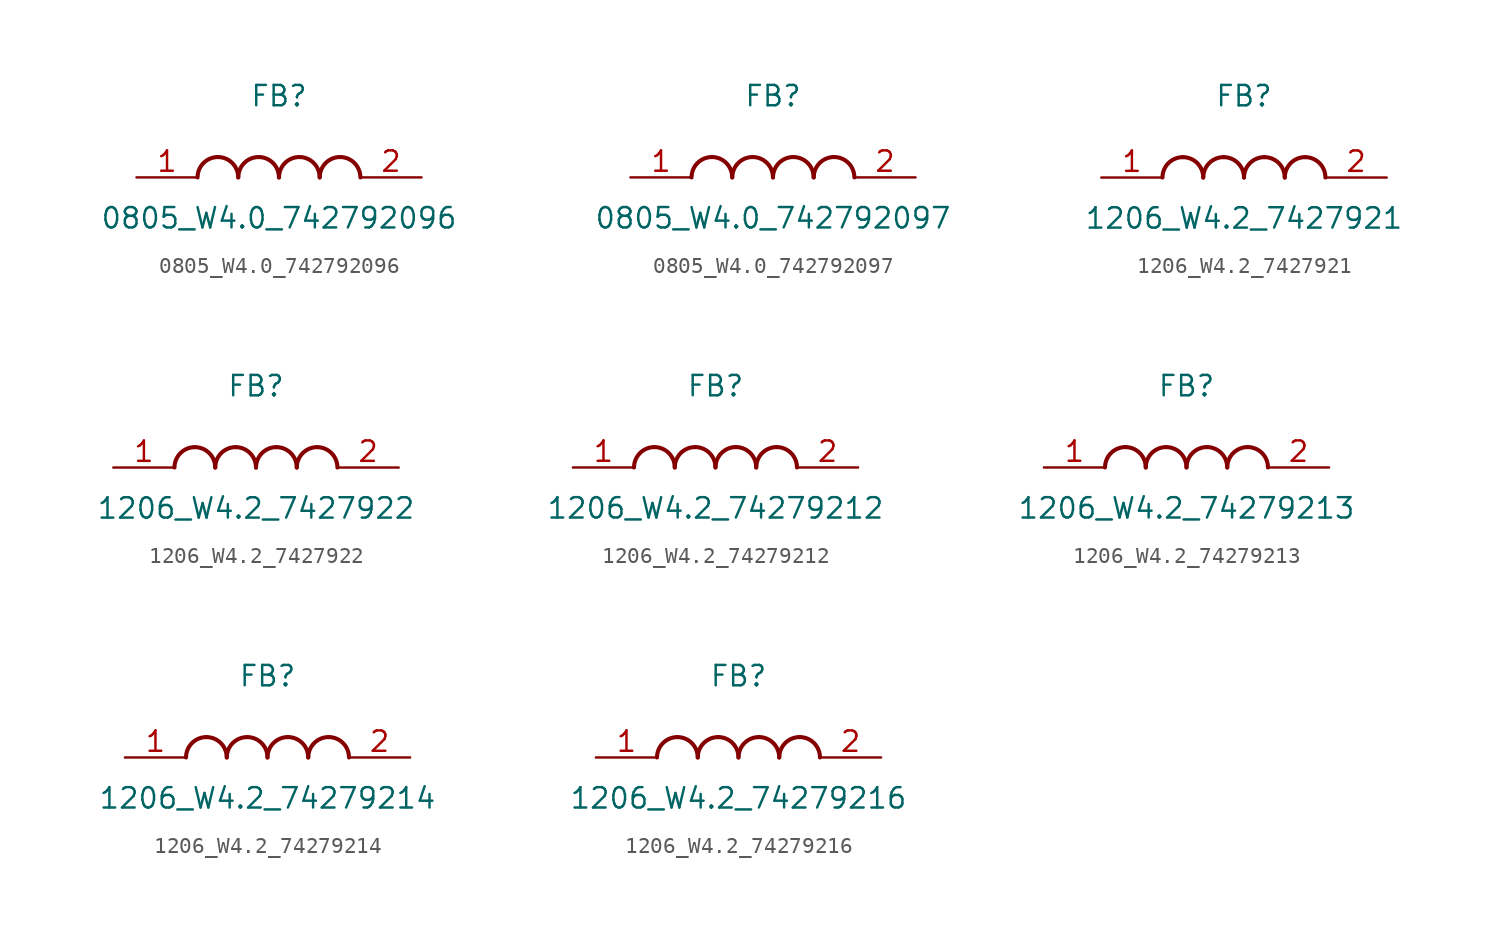
<source format=kicad_sym>
(kicad_symbol_lib
  (version 20211014)
  (generator kicad_symbol_editor)
  (symbol "Ferrite_Wurth_WE-CBF:0805_W4.0_742792096"
    (pin_names hide)
    (property "Reference" "FB"
      (at 0 5.08 0)
      (effects (font (size 1.27 1.27))))
    (property "Value" "0805_W4.0_742792096"
      (at 0 -2.54 0)
      (effects (font (size 1.27 1.27))))
    (symbol "0805_W4.0_742792096_0_1"
      (arc (start -3.81 1.27) (mid -4.708 0.898) (end -5.08 0) (stroke (width 0.254) (type default)) (fill (type none)))
      (arc (start -2.54 0) (mid -2.912 0.898) (end -3.81 1.27) (stroke (width 0.254) (type default)) (fill (type none)))
      (arc (start -1.2699 1.2701) (mid -2.1679 0.8981) (end -2.5399 0.0001) (stroke (width 0.254) (type default)) (fill (type none)))
      (arc (start 0.0001 0.0001) (mid -0.3719 0.8981) (end -1.2699 1.2701) (stroke (width 0.254) (type default)) (fill (type none)))
      (arc (start 1.2701 1.2701) (mid 0.3721 0.8981) (end 0.0001 0.0001) (stroke (width 0.254) (type default)) (fill (type none)))
      (arc (start 2.5401 0.0001) (mid 2.1681 0.8981) (end 1.2701 1.2701) (stroke (width 0.254) (type default)) (fill (type none)))
      (arc (start 3.8101 1.2701) (mid 2.9121 0.8981) (end 2.5401 0.0001) (stroke (width 0.254) (type default)) (fill (type none)))
      (arc (start 5.0801 0.0001) (mid 4.7081 0.8981) (end 3.8101 1.2701) (stroke (width 0.254) (type default)) (fill (type none))))
    (symbol "0805_W4.0_742792096_1_1"
      (pin passive line (at -8.89 0 0) (length 3.81) (name "1" (effects (font (size 1.27 1.27)))) (number "1" (effects (font (size 1.27 1.27)))))
      (pin passive line (at 8.89 0 180) (length 3.81) (name "2" (effects (font (size 1.27 1.27)))) (number "2" (effects (font (size 1.27 1.27)))))))
  (symbol "Ferrite_Wurth_WE-CBF:0805_W4.0_742792097"
    (pin_names hide)
    (property "Reference" "FB"
      (at 0 5.08 0)
      (effects (font (size 1.27 1.27))))
    (property "Value" "0805_W4.0_742792097"
      (at 0 -2.54 0)
      (effects (font (size 1.27 1.27))))
    (symbol "0805_W4.0_742792097_0_1"
      (arc (start -3.81 1.27) (mid -4.708 0.898) (end -5.08 0) (stroke (width 0.254) (type default)) (fill (type none)))
      (arc (start -2.54 0) (mid -2.912 0.898) (end -3.81 1.27) (stroke (width 0.254) (type default)) (fill (type none)))
      (arc (start -1.2699 1.2701) (mid -2.1679 0.8981) (end -2.5399 0.0001) (stroke (width 0.254) (type default)) (fill (type none)))
      (arc (start 0.0001 0.0001) (mid -0.3719 0.8981) (end -1.2699 1.2701) (stroke (width 0.254) (type default)) (fill (type none)))
      (arc (start 1.2701 1.2701) (mid 0.3721 0.8981) (end 0.0001 0.0001) (stroke (width 0.254) (type default)) (fill (type none)))
      (arc (start 2.5401 0.0001) (mid 2.1681 0.8981) (end 1.2701 1.2701) (stroke (width 0.254) (type default)) (fill (type none)))
      (arc (start 3.8101 1.2701) (mid 2.9121 0.8981) (end 2.5401 0.0001) (stroke (width 0.254) (type default)) (fill (type none)))
      (arc (start 5.0801 0.0001) (mid 4.7081 0.8981) (end 3.8101 1.2701) (stroke (width 0.254) (type default)) (fill (type none))))
    (symbol "0805_W4.0_742792097_1_1"
      (pin passive line (at -8.89 0 0) (length 3.81) (name "1" (effects (font (size 1.27 1.27)))) (number "1" (effects (font (size 1.27 1.27)))))
      (pin passive line (at 8.89 0 180) (length 3.81) (name "2" (effects (font (size 1.27 1.27)))) (number "2" (effects (font (size 1.27 1.27)))))))
  (symbol "Ferrite_Wurth_WE-CBF:1206_W4.2_7427921"
    (pin_names hide)
    (property "Reference" "FB"
      (at 0 5.08 0)
      (effects (font (size 1.27 1.27))))
    (property "Value" "1206_W4.2_7427921"
      (at 0 -2.54 0)
      (effects (font (size 1.27 1.27))))
    (symbol "1206_W4.2_7427921_0_1"
      (arc (start -3.81 1.27) (mid -4.708 0.898) (end -5.08 0) (stroke (width 0.254) (type default)) (fill (type none)))
      (arc (start -2.54 0) (mid -2.912 0.898) (end -3.81 1.27) (stroke (width 0.254) (type default)) (fill (type none)))
      (arc (start -1.2699 1.2701) (mid -2.1679 0.8981) (end -2.5399 0.0001) (stroke (width 0.254) (type default)) (fill (type none)))
      (arc (start 0.0001 0.0001) (mid -0.3719 0.8981) (end -1.2699 1.2701) (stroke (width 0.254) (type default)) (fill (type none)))
      (arc (start 1.2701 1.2701) (mid 0.3721 0.8981) (end 0.0001 0.0001) (stroke (width 0.254) (type default)) (fill (type none)))
      (arc (start 2.5401 0.0001) (mid 2.1681 0.8981) (end 1.2701 1.2701) (stroke (width 0.254) (type default)) (fill (type none)))
      (arc (start 3.8101 1.2701) (mid 2.9121 0.8981) (end 2.5401 0.0001) (stroke (width 0.254) (type default)) (fill (type none)))
      (arc (start 5.0801 0.0001) (mid 4.7081 0.8981) (end 3.8101 1.2701) (stroke (width 0.254) (type default)) (fill (type none))))
    (symbol "1206_W4.2_7427921_1_1"
      (pin passive line (at -8.89 0 0) (length 3.81) (name "1" (effects (font (size 1.27 1.27)))) (number "1" (effects (font (size 1.27 1.27)))))
      (pin passive line (at 8.89 0 180) (length 3.81) (name "2" (effects (font (size 1.27 1.27)))) (number "2" (effects (font (size 1.27 1.27)))))))
  (symbol "Ferrite_Wurth_WE-CBF:1206_W4.2_7427922"
    (pin_names hide)
    (property "Reference" "FB"
      (at 0 5.08 0)
      (effects (font (size 1.27 1.27))))
    (property "Value" "1206_W4.2_7427922"
      (at 0 -2.54 0)
      (effects (font (size 1.27 1.27))))
    (symbol "1206_W4.2_7427922_0_1"
      (arc (start -3.81 1.27) (mid -4.708 0.898) (end -5.08 0) (stroke (width 0.254) (type default)) (fill (type none)))
      (arc (start -2.54 0) (mid -2.912 0.898) (end -3.81 1.27) (stroke (width 0.254) (type default)) (fill (type none)))
      (arc (start -1.2699 1.2701) (mid -2.1679 0.8981) (end -2.5399 0.0001) (stroke (width 0.254) (type default)) (fill (type none)))
      (arc (start 0.0001 0.0001) (mid -0.3719 0.8981) (end -1.2699 1.2701) (stroke (width 0.254) (type default)) (fill (type none)))
      (arc (start 1.2701 1.2701) (mid 0.3721 0.8981) (end 0.0001 0.0001) (stroke (width 0.254) (type default)) (fill (type none)))
      (arc (start 2.5401 0.0001) (mid 2.1681 0.8981) (end 1.2701 1.2701) (stroke (width 0.254) (type default)) (fill (type none)))
      (arc (start 3.8101 1.2701) (mid 2.9121 0.8981) (end 2.5401 0.0001) (stroke (width 0.254) (type default)) (fill (type none)))
      (arc (start 5.0801 0.0001) (mid 4.7081 0.8981) (end 3.8101 1.2701) (stroke (width 0.254) (type default)) (fill (type none))))
    (symbol "1206_W4.2_7427922_1_1"
      (pin passive line (at -8.89 0 0) (length 3.81) (name "1" (effects (font (size 1.27 1.27)))) (number "1" (effects (font (size 1.27 1.27)))))
      (pin passive line (at 8.89 0 180) (length 3.81) (name "2" (effects (font (size 1.27 1.27)))) (number "2" (effects (font (size 1.27 1.27)))))))
  (symbol "Ferrite_Wurth_WE-CBF:1206_W4.2_74279212"
    (pin_names hide)
    (property "Reference" "FB"
      (at 0 5.08 0)
      (effects (font (size 1.27 1.27))))
    (property "Value" "1206_W4.2_74279212"
      (at 0 -2.54 0)
      (effects (font (size 1.27 1.27))))
    (symbol "1206_W4.2_74279212_0_1"
      (arc (start -3.81 1.27) (mid -4.708 0.898) (end -5.08 0) (stroke (width 0.254) (type default)) (fill (type none)))
      (arc (start -2.54 0) (mid -2.912 0.898) (end -3.81 1.27) (stroke (width 0.254) (type default)) (fill (type none)))
      (arc (start -1.2699 1.2701) (mid -2.1679 0.8981) (end -2.5399 0.0001) (stroke (width 0.254) (type default)) (fill (type none)))
      (arc (start 0.0001 0.0001) (mid -0.3719 0.8981) (end -1.2699 1.2701) (stroke (width 0.254) (type default)) (fill (type none)))
      (arc (start 1.2701 1.2701) (mid 0.3721 0.8981) (end 0.0001 0.0001) (stroke (width 0.254) (type default)) (fill (type none)))
      (arc (start 2.5401 0.0001) (mid 2.1681 0.8981) (end 1.2701 1.2701) (stroke (width 0.254) (type default)) (fill (type none)))
      (arc (start 3.8101 1.2701) (mid 2.9121 0.8981) (end 2.5401 0.0001) (stroke (width 0.254) (type default)) (fill (type none)))
      (arc (start 5.0801 0.0001) (mid 4.7081 0.8981) (end 3.8101 1.2701) (stroke (width 0.254) (type default)) (fill (type none))))
    (symbol "1206_W4.2_74279212_1_1"
      (pin passive line (at -8.89 0 0) (length 3.81) (name "1" (effects (font (size 1.27 1.27)))) (number "1" (effects (font (size 1.27 1.27)))))
      (pin passive line (at 8.89 0 180) (length 3.81) (name "2" (effects (font (size 1.27 1.27)))) (number "2" (effects (font (size 1.27 1.27)))))))
  (symbol "Ferrite_Wurth_WE-CBF:1206_W4.2_74279213"
    (pin_names hide)
    (property "Reference" "FB"
      (at 0 5.08 0)
      (effects (font (size 1.27 1.27))))
    (property "Value" "1206_W4.2_74279213"
      (at 0 -2.54 0)
      (effects (font (size 1.27 1.27))))
    (symbol "1206_W4.2_74279213_0_1"
      (arc (start -3.81 1.27) (mid -4.708 0.898) (end -5.08 0) (stroke (width 0.254) (type default)) (fill (type none)))
      (arc (start -2.54 0) (mid -2.912 0.898) (end -3.81 1.27) (stroke (width 0.254) (type default)) (fill (type none)))
      (arc (start -1.2699 1.2701) (mid -2.1679 0.8981) (end -2.5399 0.0001) (stroke (width 0.254) (type default)) (fill (type none)))
      (arc (start 0.0001 0.0001) (mid -0.3719 0.8981) (end -1.2699 1.2701) (stroke (width 0.254) (type default)) (fill (type none)))
      (arc (start 1.2701 1.2701) (mid 0.3721 0.8981) (end 0.0001 0.0001) (stroke (width 0.254) (type default)) (fill (type none)))
      (arc (start 2.5401 0.0001) (mid 2.1681 0.8981) (end 1.2701 1.2701) (stroke (width 0.254) (type default)) (fill (type none)))
      (arc (start 3.8101 1.2701) (mid 2.9121 0.8981) (end 2.5401 0.0001) (stroke (width 0.254) (type default)) (fill (type none)))
      (arc (start 5.0801 0.0001) (mid 4.7081 0.8981) (end 3.8101 1.2701) (stroke (width 0.254) (type default)) (fill (type none))))
    (symbol "1206_W4.2_74279213_1_1"
      (pin passive line (at -8.89 0 0) (length 3.81) (name "1" (effects (font (size 1.27 1.27)))) (number "1" (effects (font (size 1.27 1.27)))))
      (pin passive line (at 8.89 0 180) (length 3.81) (name "2" (effects (font (size 1.27 1.27)))) (number "2" (effects (font (size 1.27 1.27)))))))
  (symbol "Ferrite_Wurth_WE-CBF:1206_W4.2_74279214"
    (pin_names hide)
    (property "Reference" "FB"
      (at 0 5.08 0)
      (effects (font (size 1.27 1.27))))
    (property "Value" "1206_W4.2_74279214"
      (at 0 -2.54 0)
      (effects (font (size 1.27 1.27))))
    (symbol "1206_W4.2_74279214_0_1"
      (arc (start -3.81 1.27) (mid -4.708 0.898) (end -5.08 0) (stroke (width 0.254) (type default)) (fill (type none)))
      (arc (start -2.54 0) (mid -2.912 0.898) (end -3.81 1.27) (stroke (width 0.254) (type default)) (fill (type none)))
      (arc (start -1.2699 1.2701) (mid -2.1679 0.8981) (end -2.5399 0.0001) (stroke (width 0.254) (type default)) (fill (type none)))
      (arc (start 0.0001 0.0001) (mid -0.3719 0.8981) (end -1.2699 1.2701) (stroke (width 0.254) (type default)) (fill (type none)))
      (arc (start 1.2701 1.2701) (mid 0.3721 0.8981) (end 0.0001 0.0001) (stroke (width 0.254) (type default)) (fill (type none)))
      (arc (start 2.5401 0.0001) (mid 2.1681 0.8981) (end 1.2701 1.2701) (stroke (width 0.254) (type default)) (fill (type none)))
      (arc (start 3.8101 1.2701) (mid 2.9121 0.8981) (end 2.5401 0.0001) (stroke (width 0.254) (type default)) (fill (type none)))
      (arc (start 5.0801 0.0001) (mid 4.7081 0.8981) (end 3.8101 1.2701) (stroke (width 0.254) (type default)) (fill (type none))))
    (symbol "1206_W4.2_74279214_1_1"
      (pin passive line (at -8.89 0 0) (length 3.81) (name "1" (effects (font (size 1.27 1.27)))) (number "1" (effects (font (size 1.27 1.27)))))
      (pin passive line (at 8.89 0 180) (length 3.81) (name "2" (effects (font (size 1.27 1.27)))) (number "2" (effects (font (size 1.27 1.27)))))))
  (symbol "Ferrite_Wurth_WE-CBF:1206_W4.2_74279216"
    (pin_names hide)
    (property "Reference" "FB"
      (at 0 5.08 0)
      (effects (font (size 1.27 1.27))))
    (property "Value" "1206_W4.2_74279216"
      (at 0 -2.54 0)
      (effects (font (size 1.27 1.27))))
    (symbol "1206_W4.2_74279216_0_1"
      (arc (start -3.81 1.27) (mid -4.708 0.898) (end -5.08 0) (stroke (width 0.254) (type default)) (fill (type none)))
      (arc (start -2.54 0) (mid -2.912 0.898) (end -3.81 1.27) (stroke (width 0.254) (type default)) (fill (type none)))
      (arc (start -1.2699 1.2701) (mid -2.1679 0.8981) (end -2.5399 0.0001) (stroke (width 0.254) (type default)) (fill (type none)))
      (arc (start 0.0001 0.0001) (mid -0.3719 0.8981) (end -1.2699 1.2701) (stroke (width 0.254) (type default)) (fill (type none)))
      (arc (start 1.2701 1.2701) (mid 0.3721 0.8981) (end 0.0001 0.0001) (stroke (width 0.254) (type default)) (fill (type none)))
      (arc (start 2.5401 0.0001) (mid 2.1681 0.8981) (end 1.2701 1.2701) (stroke (width 0.254) (type default)) (fill (type none)))
      (arc (start 3.8101 1.2701) (mid 2.9121 0.8981) (end 2.5401 0.0001) (stroke (width 0.254) (type default)) (fill (type none)))
      (arc (start 5.0801 0.0001) (mid 4.7081 0.8981) (end 3.8101 1.2701) (stroke (width 0.254) (type default)) (fill (type none))))
    (symbol "1206_W4.2_74279216_1_1"
      (pin passive line (at -8.89 0 0) (length 3.81) (name "1" (effects (font (size 1.27 1.27)))) (number "1" (effects (font (size 1.27 1.27)))))
      (pin passive line (at 8.89 0 180) (length 3.81) (name "2" (effects (font (size 1.27 1.27)))) (number "2" (effects (font (size 1.27 1.27))))))))
</source>
